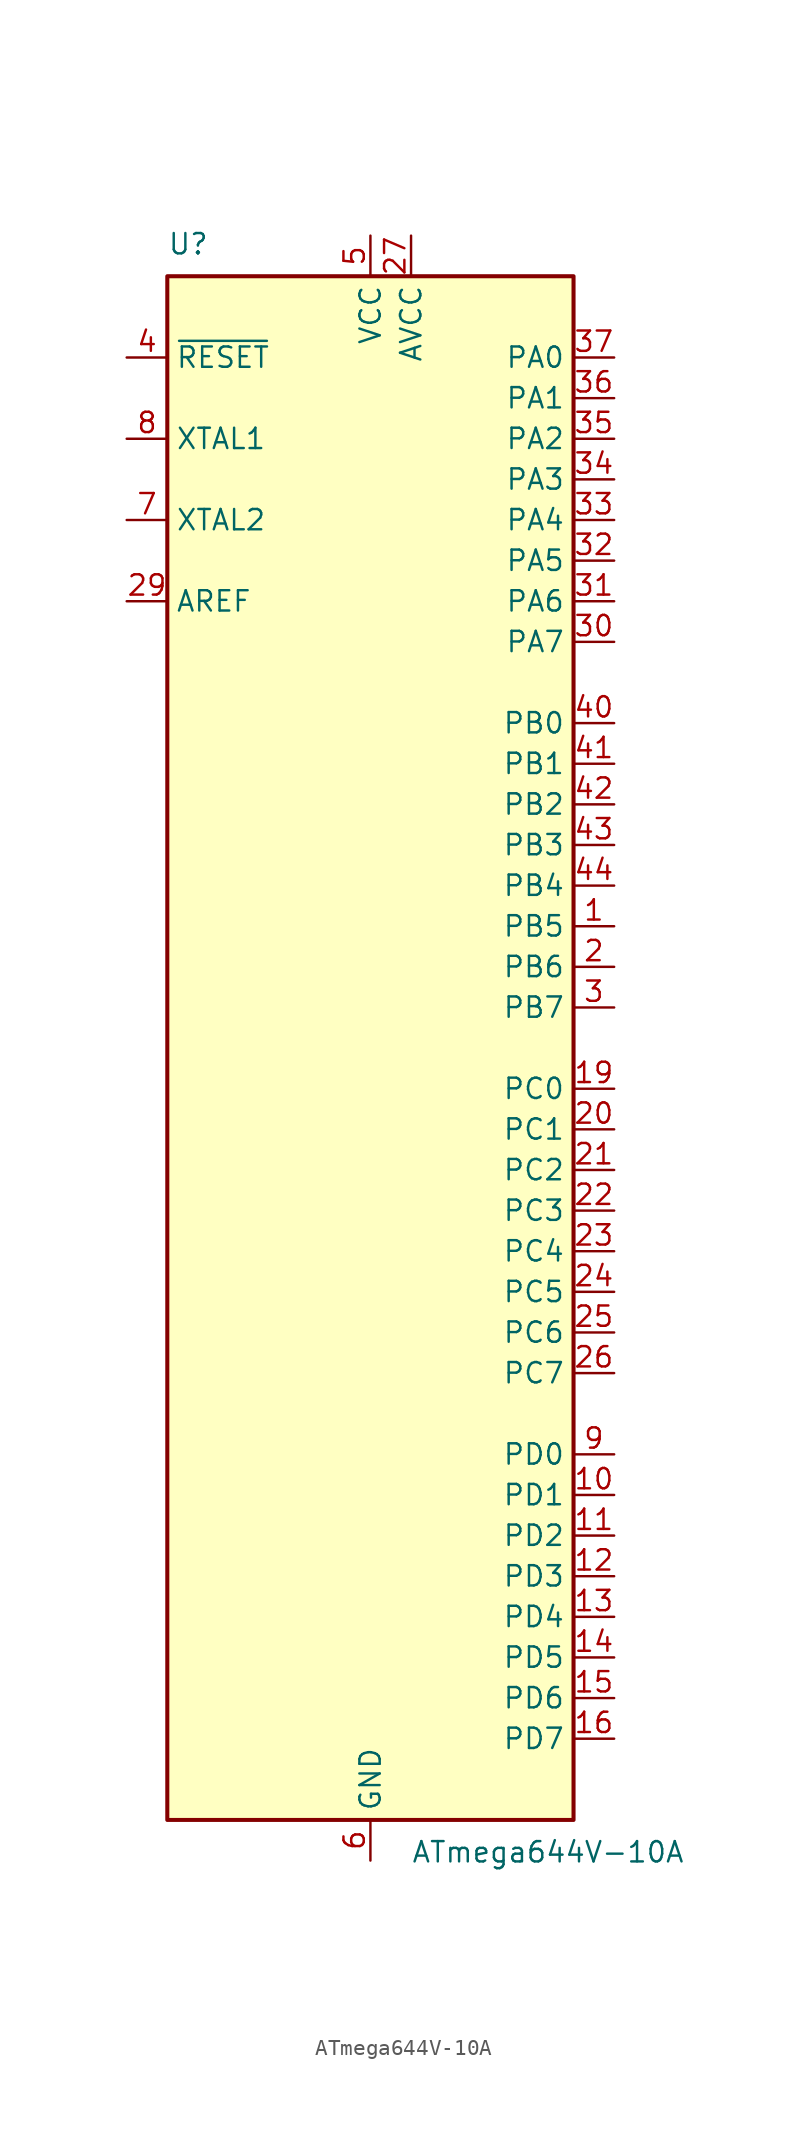
<source format=kicad_sym>
(kicad_symbol_lib
  (version 20201005)
  (generator kicad_symbol_editor)
  (symbol "ATmega644V-10A"
    (property "Reference" "U"
      (at -12.7 49.53 0)
      (effects (font (size 1.27 1.27)) (justify left bottom)))
    (property "Value" "ATmega644V-10A"
      (at 2.54 -49.53 0)
      (effects (font (size 1.27 1.27)) (justify left top)))
    (symbol "ATmega644V-10A_0_1"
      (rectangle (start -12.7 -48.26) (end 12.7 48.26) (stroke (width 0.254)) (fill (type background))))
    (symbol "ATmega644V-10A_1_1"
      (pin bidirectional line (at 15.24 7.62 180) (length 2.54) (name "PB5" (effects (font (size 1.27 1.27)))) (number "1" (effects (font (size 1.27 1.27)))))
      (pin bidirectional line (at 15.24 -27.94 180) (length 2.54) (name "PD1" (effects (font (size 1.27 1.27)))) (number "10" (effects (font (size 1.27 1.27)))))
      (pin bidirectional line (at 15.24 -30.48 180) (length 2.54) (name "PD2" (effects (font (size 1.27 1.27)))) (number "11" (effects (font (size 1.27 1.27)))))
      (pin bidirectional line (at 15.24 -33.02 180) (length 2.54) (name "PD3" (effects (font (size 1.27 1.27)))) (number "12" (effects (font (size 1.27 1.27)))))
      (pin bidirectional line (at 15.24 -35.56 180) (length 2.54) (name "PD4" (effects (font (size 1.27 1.27)))) (number "13" (effects (font (size 1.27 1.27)))))
      (pin bidirectional line (at 15.24 -38.1 180) (length 2.54) (name "PD5" (effects (font (size 1.27 1.27)))) (number "14" (effects (font (size 1.27 1.27)))))
      (pin bidirectional line (at 15.24 -40.64 180) (length 2.54) (name "PD6" (effects (font (size 1.27 1.27)))) (number "15" (effects (font (size 1.27 1.27)))))
      (pin bidirectional line (at 15.24 -43.18 180) (length 2.54) (name "PD7" (effects (font (size 1.27 1.27)))) (number "16" (effects (font (size 1.27 1.27)))))
      (pin passive line (at 0 50.8 270) (length 2.54) hide (name "VCC" (effects (font (size 1.27 1.27)))) (number "17" (effects (font (size 1.27 1.27)))))
      (pin passive line (at 0 -50.8 90) (length 2.54) hide (name "GND" (effects (font (size 1.27 1.27)))) (number "18" (effects (font (size 1.27 1.27)))))
      (pin bidirectional line (at 15.24 -2.54 180) (length 2.54) (name "PC0" (effects (font (size 1.27 1.27)))) (number "19" (effects (font (size 1.27 1.27)))))
      (pin bidirectional line (at 15.24 5.08 180) (length 2.54) (name "PB6" (effects (font (size 1.27 1.27)))) (number "2" (effects (font (size 1.27 1.27)))))
      (pin bidirectional line (at 15.24 -5.08 180) (length 2.54) (name "PC1" (effects (font (size 1.27 1.27)))) (number "20" (effects (font (size 1.27 1.27)))))
      (pin bidirectional line (at 15.24 -7.62 180) (length 2.54) (name "PC2" (effects (font (size 1.27 1.27)))) (number "21" (effects (font (size 1.27 1.27)))))
      (pin bidirectional line (at 15.24 -10.16 180) (length 2.54) (name "PC3" (effects (font (size 1.27 1.27)))) (number "22" (effects (font (size 1.27 1.27)))))
      (pin bidirectional line (at 15.24 -12.7 180) (length 2.54) (name "PC4" (effects (font (size 1.27 1.27)))) (number "23" (effects (font (size 1.27 1.27)))))
      (pin bidirectional line (at 15.24 -15.24 180) (length 2.54) (name "PC5" (effects (font (size 1.27 1.27)))) (number "24" (effects (font (size 1.27 1.27)))))
      (pin bidirectional line (at 15.24 -17.78 180) (length 2.54) (name "PC6" (effects (font (size 1.27 1.27)))) (number "25" (effects (font (size 1.27 1.27)))))
      (pin bidirectional line (at 15.24 -20.32 180) (length 2.54) (name "PC7" (effects (font (size 1.27 1.27)))) (number "26" (effects (font (size 1.27 1.27)))))
      (pin power_in line (at 2.54 50.8 270) (length 2.54) (name "AVCC" (effects (font (size 1.27 1.27)))) (number "27" (effects (font (size 1.27 1.27)))))
      (pin passive line (at 0 -50.8 90) (length 2.54) hide (name "GND" (effects (font (size 1.27 1.27)))) (number "28" (effects (font (size 1.27 1.27)))))
      (pin passive line (at -15.24 27.94 0) (length 2.54) (name "AREF" (effects (font (size 1.27 1.27)))) (number "29" (effects (font (size 1.27 1.27)))))
      (pin bidirectional line (at 15.24 2.54 180) (length 2.54) (name "PB7" (effects (font (size 1.27 1.27)))) (number "3" (effects (font (size 1.27 1.27)))))
      (pin bidirectional line (at 15.24 25.4 180) (length 2.54) (name "PA7" (effects (font (size 1.27 1.27)))) (number "30" (effects (font (size 1.27 1.27)))))
      (pin bidirectional line (at 15.24 27.94 180) (length 2.54) (name "PA6" (effects (font (size 1.27 1.27)))) (number "31" (effects (font (size 1.27 1.27)))))
      (pin bidirectional line (at 15.24 30.48 180) (length 2.54) (name "PA5" (effects (font (size 1.27 1.27)))) (number "32" (effects (font (size 1.27 1.27)))))
      (pin bidirectional line (at 15.24 33.02 180) (length 2.54) (name "PA4" (effects (font (size 1.27 1.27)))) (number "33" (effects (font (size 1.27 1.27)))))
      (pin bidirectional line (at 15.24 35.56 180) (length 2.54) (name "PA3" (effects (font (size 1.27 1.27)))) (number "34" (effects (font (size 1.27 1.27)))))
      (pin bidirectional line (at 15.24 38.1 180) (length 2.54) (name "PA2" (effects (font (size 1.27 1.27)))) (number "35" (effects (font (size 1.27 1.27)))))
      (pin bidirectional line (at 15.24 40.64 180) (length 2.54) (name "PA1" (effects (font (size 1.27 1.27)))) (number "36" (effects (font (size 1.27 1.27)))))
      (pin bidirectional line (at 15.24 43.18 180) (length 2.54) (name "PA0" (effects (font (size 1.27 1.27)))) (number "37" (effects (font (size 1.27 1.27)))))
      (pin passive line (at 0 50.8 270) (length 2.54) hide (name "VCC" (effects (font (size 1.27 1.27)))) (number "38" (effects (font (size 1.27 1.27)))))
      (pin passive line (at 0 -50.8 90) (length 2.54) hide (name "GND" (effects (font (size 1.27 1.27)))) (number "39" (effects (font (size 1.27 1.27)))))
      (pin input line (at -15.24 43.18 0) (length 2.54) (name "~RESET" (effects (font (size 1.27 1.27)))) (number "4" (effects (font (size 1.27 1.27)))))
      (pin bidirectional line (at 15.24 20.32 180) (length 2.54) (name "PB0" (effects (font (size 1.27 1.27)))) (number "40" (effects (font (size 1.27 1.27)))))
      (pin bidirectional line (at 15.24 17.78 180) (length 2.54) (name "PB1" (effects (font (size 1.27 1.27)))) (number "41" (effects (font (size 1.27 1.27)))))
      (pin bidirectional line (at 15.24 15.24 180) (length 2.54) (name "PB2" (effects (font (size 1.27 1.27)))) (number "42" (effects (font (size 1.27 1.27)))))
      (pin bidirectional line (at 15.24 12.7 180) (length 2.54) (name "PB3" (effects (font (size 1.27 1.27)))) (number "43" (effects (font (size 1.27 1.27)))))
      (pin bidirectional line (at 15.24 10.16 180) (length 2.54) (name "PB4" (effects (font (size 1.27 1.27)))) (number "44" (effects (font (size 1.27 1.27)))))
      (pin power_in line (at 0 50.8 270) (length 2.54) (name "VCC" (effects (font (size 1.27 1.27)))) (number "5" (effects (font (size 1.27 1.27)))))
      (pin power_in line (at 0 -50.8 90) (length 2.54) (name "GND" (effects (font (size 1.27 1.27)))) (number "6" (effects (font (size 1.27 1.27)))))
      (pin output line (at -15.24 33.02 0) (length 2.54) (name "XTAL2" (effects (font (size 1.27 1.27)))) (number "7" (effects (font (size 1.27 1.27)))))
      (pin input line (at -15.24 38.1 0) (length 2.54) (name "XTAL1" (effects (font (size 1.27 1.27)))) (number "8" (effects (font (size 1.27 1.27)))))
      (pin bidirectional line (at 15.24 -25.4 180) (length 2.54) (name "PD0" (effects (font (size 1.27 1.27)))) (number "9" (effects (font (size 1.27 1.27))))))))
</source>
